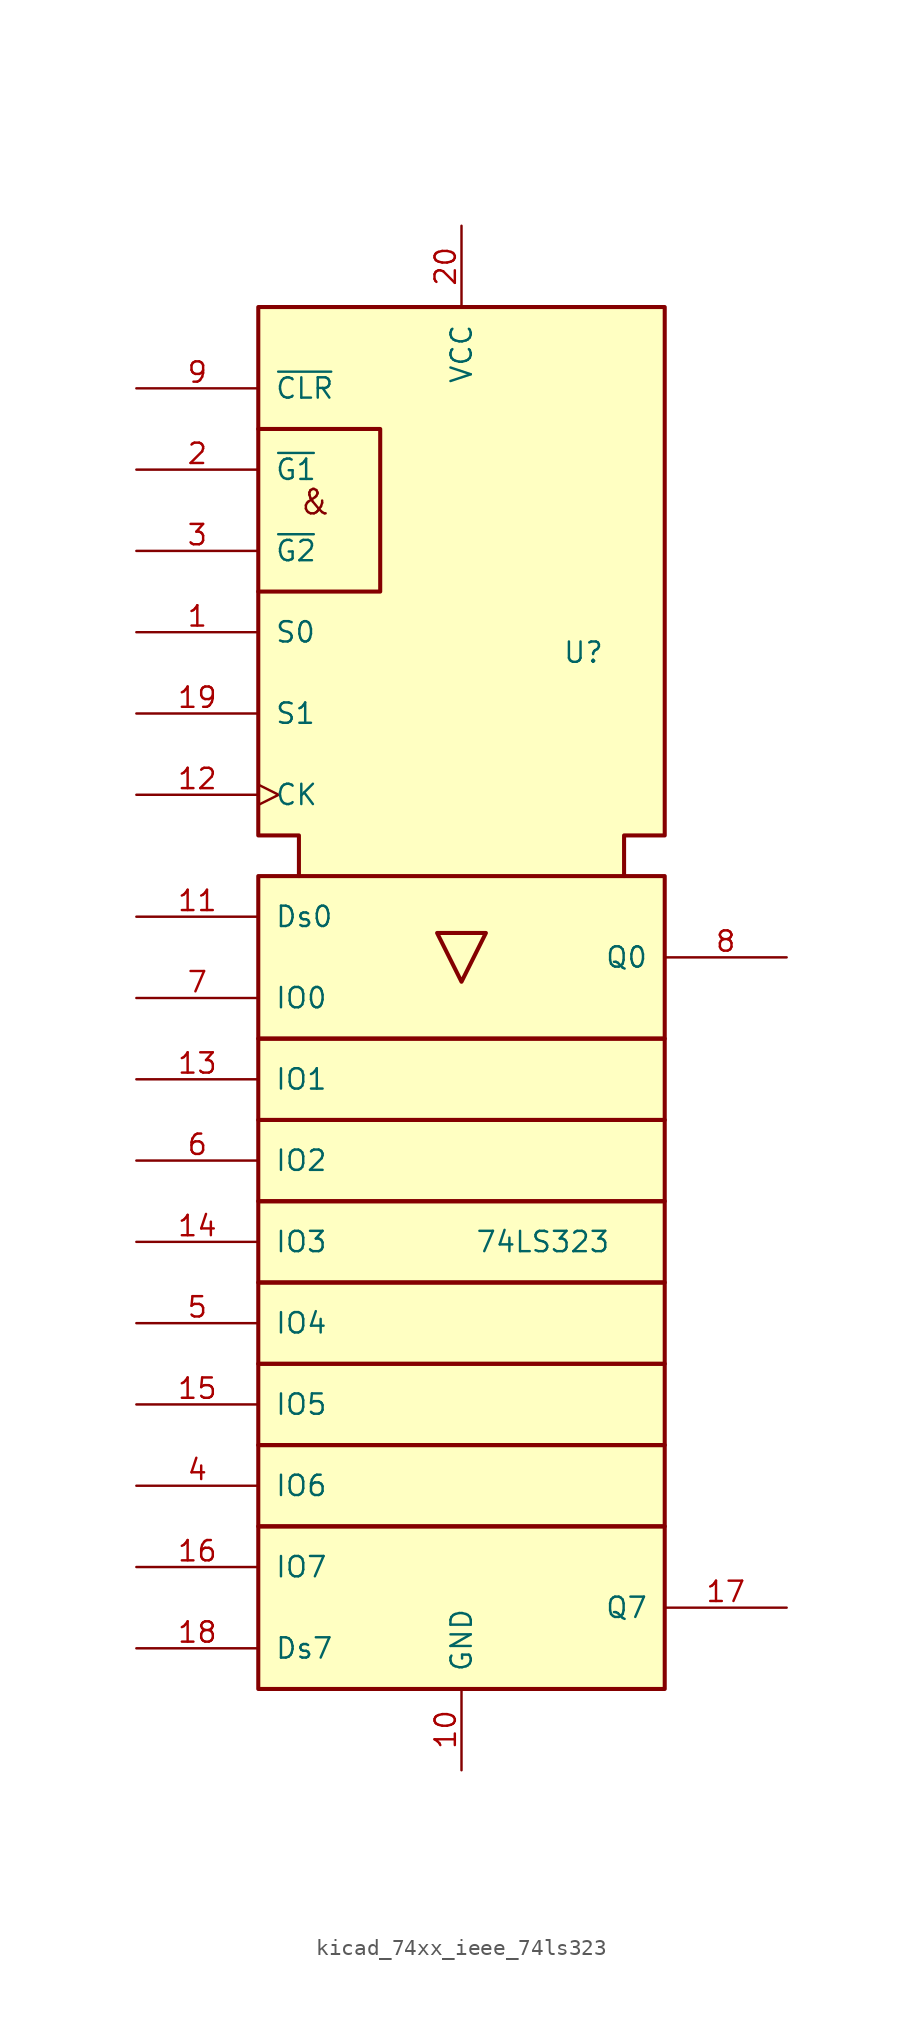
<source format=kicad_sym>
(kicad_symbol_lib
  (version 20220914)
  (generator kicad_symbol_editor)
  (symbol "kicad_74xx_ieee_74ls323"
    (pin_names
      (offset 1.016))
    (property "Reference" "U"
      (at 7.62 6.35 0)
      (effects (font (size 1.27 1.27))))
    (property "Value" "74LS323"
      (at 5.08 -30.48 0)
      (effects (font (size 1.27 1.27))))
    (symbol "kicad_74xx_ieee_74ls323_0_0"
      (polyline (pts (xy 1.524 -11.176) (xy -1.524 -11.176) (xy 0 -14.224) (xy 1.524 -11.176) (xy 1.524 -11.176)) (stroke (width 0.254) (type default)) (fill (type background)))
      (text "&" (at -9.144 15.748 0) (effects (font (size 1.524 1.524))))
      (pin power_in line (at 0 -63.5 90) (length 5.08) (name "GND" (effects (font (size 1.27 1.27)))) (number "10" (effects (font (size 1.27 1.27)))))
      (pin power_in line (at 0 33.02 270) (length 5.08) (name "VCC" (effects (font (size 1.27 1.27)))) (number "20" (effects (font (size 1.27 1.27))))))
    (symbol "kicad_74xx_ieee_74ls323_0_1"
      (rectangle (start -12.7 -48.26) (end 12.7 -58.42) (stroke (width 0.254) (type default)) (fill (type background)))
      (rectangle (start -12.7 -43.18) (end 12.7 -48.26) (stroke (width 0.254) (type default)) (fill (type background)))
      (rectangle (start -12.7 -38.1) (end 12.7 -43.18) (stroke (width 0.254) (type default)) (fill (type background)))
      (rectangle (start -12.7 -33.02) (end 12.7 -38.1) (stroke (width 0.254) (type default)) (fill (type background)))
      (rectangle (start -12.7 -27.94) (end 12.7 -33.02) (stroke (width 0.254) (type default)) (fill (type background)))
      (rectangle (start -12.7 -22.86) (end 12.7 -27.94) (stroke (width 0.254) (type default)) (fill (type background)))
      (rectangle (start -12.7 -17.78) (end 12.7 -22.86) (stroke (width 0.254) (type default)) (fill (type background)))
      (rectangle (start -12.7 -7.62) (end 12.7 -17.78) (stroke (width 0.254) (type default)) (fill (type background)))
      (polyline (pts (xy -12.7 20.32) (xy -5.08 20.32) (xy -5.08 10.16) (xy -12.7 10.16) (xy -12.7 10.16)) (stroke (width 0.254) (type default)) (fill (type background)))
      (polyline (pts (xy -10.16 -7.62) (xy -10.16 -5.08) (xy -12.7 -5.08) (xy -12.7 27.94) (xy 12.7 27.94) (xy 12.7 -5.08) (xy 10.16 -5.08) (xy 10.16 -7.62) (xy 10.16 -7.62)) (stroke (width 0.254) (type default)) (fill (type background))))
    (symbol "kicad_74xx_ieee_74ls323_1_1"
      (pin input line (at -20.32 7.62 0) (length 7.62) (name "S0" (effects (font (size 1.27 1.27)))) (number "1" (effects (font (size 1.27 1.27)))))
      (pin input line (at -20.32 -10.16 0) (length 7.62) (name "Ds0" (effects (font (size 1.27 1.27)))) (number "11" (effects (font (size 1.27 1.27)))))
      (pin input clock (at -20.32 -2.54 0) (length 7.62) (name "CK" (effects (font (size 1.27 1.27)))) (number "12" (effects (font (size 1.27 1.27)))))
      (pin tri_state line (at -20.32 -20.32 0) (length 7.62) (name "IO1" (effects (font (size 1.27 1.27)))) (number "13" (effects (font (size 1.27 1.27)))))
      (pin tri_state line (at -20.32 -30.48 0) (length 7.62) (name "IO3" (effects (font (size 1.27 1.27)))) (number "14" (effects (font (size 1.27 1.27)))))
      (pin tri_state line (at -20.32 -40.64 0) (length 7.62) (name "IO5" (effects (font (size 1.27 1.27)))) (number "15" (effects (font (size 1.27 1.27)))))
      (pin tri_state line (at -20.32 -50.8 0) (length 7.62) (name "IO7" (effects (font (size 1.27 1.27)))) (number "16" (effects (font (size 1.27 1.27)))))
      (pin output line (at 20.32 -53.34 180) (length 7.62) (name "Q7" (effects (font (size 1.27 1.27)))) (number "17" (effects (font (size 1.27 1.27)))))
      (pin input line (at -20.32 -55.88 0) (length 7.62) (name "Ds7" (effects (font (size 1.27 1.27)))) (number "18" (effects (font (size 1.27 1.27)))))
      (pin input line (at -20.32 2.54 0) (length 7.62) (name "S1" (effects (font (size 1.27 1.27)))) (number "19" (effects (font (size 1.27 1.27)))))
      (pin input line (at -20.32 17.78 0) (length 7.62) (name "~{G1}" (effects (font (size 1.27 1.27)))) (number "2" (effects (font (size 1.27 1.27)))))
      (pin input line (at -20.32 12.7 0) (length 7.62) (name "~{G2}" (effects (font (size 1.27 1.27)))) (number "3" (effects (font (size 1.27 1.27)))))
      (pin tri_state line (at -20.32 -45.72 0) (length 7.62) (name "IO6" (effects (font (size 1.27 1.27)))) (number "4" (effects (font (size 1.27 1.27)))))
      (pin tri_state line (at -20.32 -35.56 0) (length 7.62) (name "IO4" (effects (font (size 1.27 1.27)))) (number "5" (effects (font (size 1.27 1.27)))))
      (pin tri_state line (at -20.32 -25.4 0) (length 7.62) (name "IO2" (effects (font (size 1.27 1.27)))) (number "6" (effects (font (size 1.27 1.27)))))
      (pin tri_state line (at -20.32 -15.24 0) (length 7.62) (name "IO0" (effects (font (size 1.27 1.27)))) (number "7" (effects (font (size 1.27 1.27)))))
      (pin output line (at 20.32 -12.7 180) (length 7.62) (name "Q0" (effects (font (size 1.27 1.27)))) (number "8" (effects (font (size 1.27 1.27)))))
      (pin input line (at -20.32 22.86 0) (length 7.62) (name "~{CLR}" (effects (font (size 1.27 1.27)))) (number "9" (effects (font (size 1.27 1.27))))))))
</source>
